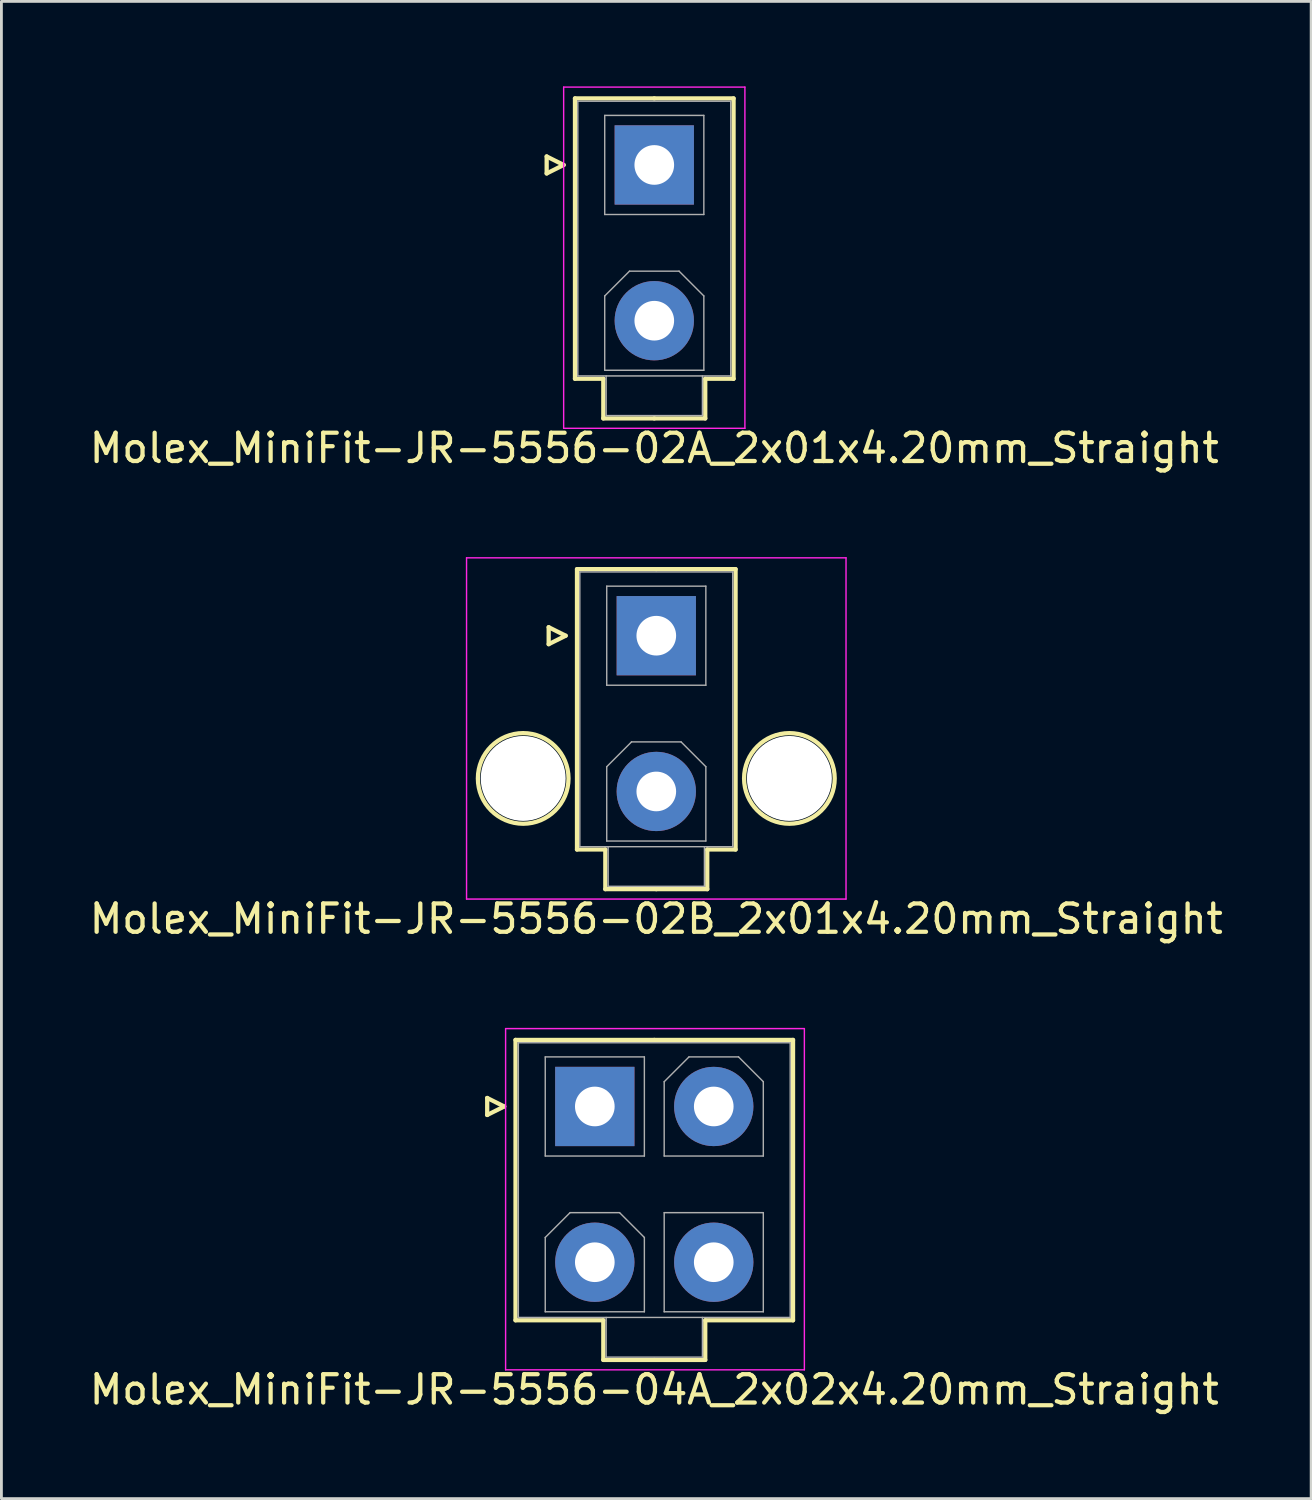
<source format=kicad_pcb>
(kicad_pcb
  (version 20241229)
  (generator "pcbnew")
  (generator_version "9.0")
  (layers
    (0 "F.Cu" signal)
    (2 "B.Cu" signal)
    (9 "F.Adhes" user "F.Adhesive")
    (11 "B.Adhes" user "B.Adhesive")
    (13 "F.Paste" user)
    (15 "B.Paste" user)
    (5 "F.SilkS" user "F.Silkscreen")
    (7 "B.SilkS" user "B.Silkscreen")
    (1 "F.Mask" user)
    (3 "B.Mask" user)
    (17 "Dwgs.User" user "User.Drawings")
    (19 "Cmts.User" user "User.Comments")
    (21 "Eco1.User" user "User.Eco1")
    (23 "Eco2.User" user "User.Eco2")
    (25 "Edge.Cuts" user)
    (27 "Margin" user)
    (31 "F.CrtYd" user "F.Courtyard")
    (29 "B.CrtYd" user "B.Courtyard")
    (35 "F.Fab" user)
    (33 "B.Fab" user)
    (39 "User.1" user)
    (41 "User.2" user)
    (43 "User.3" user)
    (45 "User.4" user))
  (footprint "Molex_MiniFit-JR-5556-04A_2x02x4.20mm_Straight"
    (layer "F.Cu")
    (at 17.954 36.022)
    (property "Reference" "Molex_MiniFit-JR-5556-04A_2x02x4.20mm_Straight" (at 2.1 10 0) (layer "F.SilkS") (effects (font (size 1 1) (thickness 0.15))))
    (attr through_hole)
    (fp_line (start -3.8 -0.3) (end -3.2 0) (stroke (width 0.15) (type solid)) (layer "F.SilkS"))
    (fp_line (start -3.8 0.3) (end -3.8 -0.3) (stroke (width 0.15) (type solid)) (layer "F.SilkS"))
    (fp_line (start -3.2 0) (end -3.8 0.3) (stroke (width 0.15) (type solid)) (layer "F.SilkS"))
    (fp_line (start -2.8 -2.35) (end -2.8 7.55) (stroke (width 0.15) (type solid)) (layer "F.SilkS"))
    (fp_line (start -2.8 7.55) (end 0.3 7.55) (stroke (width 0.15) (type solid)) (layer "F.SilkS"))
    (fp_line (start 0.3 7.55) (end 0.3 8.95) (stroke (width 0.15) (type solid)) (layer "F.SilkS"))
    (fp_line (start 0.3 8.95) (end 2.1 8.95) (stroke (width 0.15) (type solid)) (layer "F.SilkS"))
    (fp_line (start 2.1 -2.35) (end -2.8 -2.35) (stroke (width 0.15) (type solid)) (layer "F.SilkS"))
    (fp_line (start 2.1 -2.35) (end 7 -2.35) (stroke (width 0.15) (type solid)) (layer "F.SilkS"))
    (fp_line (start 3.9 7.55) (end 3.9 8.95) (stroke (width 0.15) (type solid)) (layer "F.SilkS"))
    (fp_line (start 3.9 8.95) (end 2.1 8.95) (stroke (width 0.15) (type solid)) (layer "F.SilkS"))
    (fp_line (start 7 -2.35) (end 7 7.55) (stroke (width 0.15) (type solid)) (layer "F.SilkS"))
    (fp_line (start 7 7.55) (end 3.9 7.55) (stroke (width 0.15) (type solid)) (layer "F.SilkS"))
    (fp_line (start -3.15 -2.75) (end -3.15 9.3) (stroke (width 0.05) (type solid)) (layer "F.CrtYd"))
    (fp_line (start -3.15 9.3) (end 7.4 9.3) (stroke (width 0.05) (type solid)) (layer "F.CrtYd"))
    (fp_line (start 7.4 -2.75) (end -3.15 -2.75) (stroke (width 0.05) (type solid)) (layer "F.CrtYd"))
    (fp_line (start 7.4 9.3) (end 7.4 -2.75) (stroke (width 0.05) (type solid)) (layer "F.CrtYd"))
    (fp_line (start -2.7 -2.25) (end -2.7 7.45) (stroke (width 0.05) (type solid)) (layer "F.Fab"))
    (fp_line (start -2.7 7.45) (end 6.9 7.45) (stroke (width 0.05) (type solid)) (layer "F.Fab"))
    (fp_line (start -1.75 -1.75) (end -1.75 1.75) (stroke (width 0.05) (type solid)) (layer "F.Fab"))
    (fp_line (start -1.75 1.75) (end 1.75 1.75) (stroke (width 0.05) (type solid)) (layer "F.Fab"))
    (fp_line (start -1.75 4.625) (end -0.875 3.75) (stroke (width 0.05) (type solid)) (layer "F.Fab"))
    (fp_line (start -1.75 7.25) (end -1.75 4.625) (stroke (width 0.05) (type solid)) (layer "F.Fab"))
    (fp_line (start -0.875 3.75) (end 0.875 3.75) (stroke (width 0.05) (type solid)) (layer "F.Fab"))
    (fp_line (start 0.4 7.45) (end 0.4 8.85) (stroke (width 0.05) (type solid)) (layer "F.Fab"))
    (fp_line (start 0.4 8.85) (end 3.8 8.85) (stroke (width 0.05) (type solid)) (layer "F.Fab"))
    (fp_line (start 0.875 3.75) (end 1.75 4.625) (stroke (width 0.05) (type solid)) (layer "F.Fab"))
    (fp_line (start 1.75 -1.75) (end -1.75 -1.75) (stroke (width 0.05) (type solid)) (layer "F.Fab"))
    (fp_line (start 1.75 1.75) (end 1.75 -1.75) (stroke (width 0.05) (type solid)) (layer "F.Fab"))
    (fp_line (start 1.75 4.625) (end 1.75 7.25) (stroke (width 0.05) (type solid)) (layer "F.Fab"))
    (fp_line (start 1.75 7.25) (end -1.75 7.25) (stroke (width 0.05) (type solid)) (layer "F.Fab"))
    (fp_line (start 2.45 -0.875) (end 3.325 -1.75) (stroke (width 0.05) (type solid)) (layer "F.Fab"))
    (fp_line (start 2.45 1.75) (end 2.45 -0.875) (stroke (width 0.05) (type solid)) (layer "F.Fab"))
    (fp_line (start 2.45 3.75) (end 2.45 7.25) (stroke (width 0.05) (type solid)) (layer "F.Fab"))
    (fp_line (start 2.45 7.25) (end 5.95 7.25) (stroke (width 0.05) (type solid)) (layer "F.Fab"))
    (fp_line (start 3.325 -1.75) (end 5.075 -1.75) (stroke (width 0.05) (type solid)) (layer "F.Fab"))
    (fp_line (start 3.8 8.85) (end 3.8 7.45) (stroke (width 0.05) (type solid)) (layer "F.Fab"))
    (fp_line (start 5.075 -1.75) (end 5.95 -0.875) (stroke (width 0.05) (type solid)) (layer "F.Fab"))
    (fp_line (start 5.95 -0.875) (end 5.95 1.75) (stroke (width 0.05) (type solid)) (layer "F.Fab"))
    (fp_line (start 5.95 1.75) (end 2.45 1.75) (stroke (width 0.05) (type solid)) (layer "F.Fab"))
    (fp_line (start 5.95 3.75) (end 2.45 3.75) (stroke (width 0.05) (type solid)) (layer "F.Fab"))
    (fp_line (start 5.95 7.25) (end 5.95 3.75) (stroke (width 0.05) (type solid)) (layer "F.Fab"))
    (fp_line (start 6.9 -2.25) (end -2.7 -2.25) (stroke (width 0.05) (type solid)) (layer "F.Fab"))
    (fp_line (start 6.9 7.45) (end 6.9 -2.25) (stroke (width 0.05) (type solid)) (layer "F.Fab"))
    (pad "1" thru_hole rect (at 0 0) (size 2.8 2.8) (drill 1.4) (layers "*.Cu" "*.Mask"))
    (pad "2" thru_hole circle (at 4.2 0) (size 2.8 2.8) (drill 1.4) (layers "*.Cu" "*.Mask"))
    (pad "3" thru_hole circle (at 0 5.5) (size 2.8 2.8) (drill 1.4) (layers "*.Cu" "*.Mask"))
    (pad "4" thru_hole circle (at 4.2 5.5) (size 2.8 2.8) (drill 1.4) (layers "*.Cu" "*.Mask")))
  (footprint "Molex_MiniFit-JR-5556-02B_2x01x4.20mm_Straight"
    (layer "F.Cu")
    (at 20.125 19.398)
    (property "Reference" "Molex_MiniFit-JR-5556-02B_2x01x4.20mm_Straight" (at 0 10 0) (layer "F.SilkS") (effects (font (size 1 1) (thickness 0.15))))
    (attr through_hole)
    (fp_line (start -3.8 -0.3) (end -3.2 0) (stroke (width 0.15) (type solid)) (layer "F.SilkS"))
    (fp_line (start -3.8 0.3) (end -3.8 -0.3) (stroke (width 0.15) (type solid)) (layer "F.SilkS"))
    (fp_line (start -3.2 0) (end -3.8 0.3) (stroke (width 0.15) (type solid)) (layer "F.SilkS"))
    (fp_line (start -2.8 -2.35) (end -2.8 7.55) (stroke (width 0.15) (type solid)) (layer "F.SilkS"))
    (fp_line (start -2.8 7.55) (end -1.8 7.55) (stroke (width 0.15) (type solid)) (layer "F.SilkS"))
    (fp_line (start -1.8 7.55) (end -1.8 8.95) (stroke (width 0.15) (type solid)) (layer "F.SilkS"))
    (fp_line (start -1.8 8.95) (end 0 8.95) (stroke (width 0.15) (type solid)) (layer "F.SilkS"))
    (fp_line (start 0 -2.35) (end -2.8 -2.35) (stroke (width 0.15) (type solid)) (layer "F.SilkS"))
    (fp_line (start 0 -2.35) (end 2.8 -2.35) (stroke (width 0.15) (type solid)) (layer "F.SilkS"))
    (fp_line (start 1.8 7.55) (end 1.8 8.95) (stroke (width 0.15) (type solid)) (layer "F.SilkS"))
    (fp_line (start 1.8 8.95) (end 0 8.95) (stroke (width 0.15) (type solid)) (layer "F.SilkS"))
    (fp_line (start 2.8 -2.35) (end 2.8 7.55) (stroke (width 0.15) (type solid)) (layer "F.SilkS"))
    (fp_line (start 2.8 7.55) (end 1.8 7.55) (stroke (width 0.15) (type solid)) (layer "F.SilkS"))
    (fp_circle (center -4.7 5.04) (end -3.1 5.04) (stroke (width 0.15) (type solid)) (fill no) (layer "F.SilkS"))
    (fp_circle (center 4.7 5.04) (end 6.3 5.04) (stroke (width 0.15) (type solid)) (fill no) (layer "F.SilkS"))
    (fp_line (start -6.7 -2.75) (end -6.7 9.3) (stroke (width 0.05) (type solid)) (layer "F.CrtYd"))
    (fp_line (start -6.7 9.3) (end 6.7 9.3) (stroke (width 0.05) (type solid)) (layer "F.CrtYd"))
    (fp_line (start 6.7 -2.75) (end -6.7 -2.75) (stroke (width 0.05) (type solid)) (layer "F.CrtYd"))
    (fp_line (start 6.7 9.3) (end 6.7 -2.75) (stroke (width 0.05) (type solid)) (layer "F.CrtYd"))
    (fp_line (start -2.7 -2.25) (end -2.7 7.45) (stroke (width 0.05) (type solid)) (layer "F.Fab"))
    (fp_line (start -2.7 7.45) (end 2.7 7.45) (stroke (width 0.05) (type solid)) (layer "F.Fab"))
    (fp_line (start -1.75 -1.75) (end -1.75 1.75) (stroke (width 0.05) (type solid)) (layer "F.Fab"))
    (fp_line (start -1.75 1.75) (end 1.75 1.75) (stroke (width 0.05) (type solid)) (layer "F.Fab"))
    (fp_line (start -1.75 4.625) (end -0.875 3.75) (stroke (width 0.05) (type solid)) (layer "F.Fab"))
    (fp_line (start -1.75 7.25) (end -1.75 4.625) (stroke (width 0.05) (type solid)) (layer "F.Fab"))
    (fp_line (start -1.7 7.45) (end -1.7 8.85) (stroke (width 0.05) (type solid)) (layer "F.Fab"))
    (fp_line (start -1.7 8.85) (end 1.7 8.85) (stroke (width 0.05) (type solid)) (layer "F.Fab"))
    (fp_line (start -0.875 3.75) (end 0.875 3.75) (stroke (width 0.05) (type solid)) (layer "F.Fab"))
    (fp_line (start 0.875 3.75) (end 1.75 4.625) (stroke (width 0.05) (type solid)) (layer "F.Fab"))
    (fp_line (start 1.7 8.85) (end 1.7 7.45) (stroke (width 0.05) (type solid)) (layer "F.Fab"))
    (fp_line (start 1.75 -1.75) (end -1.75 -1.75) (stroke (width 0.05) (type solid)) (layer "F.Fab"))
    (fp_line (start 1.75 1.75) (end 1.75 -1.75) (stroke (width 0.05) (type solid)) (layer "F.Fab"))
    (fp_line (start 1.75 4.625) (end 1.75 7.25) (stroke (width 0.05) (type solid)) (layer "F.Fab"))
    (fp_line (start 1.75 7.25) (end -1.75 7.25) (stroke (width 0.05) (type solid)) (layer "F.Fab"))
    (fp_line (start 2.7 -2.25) (end -2.7 -2.25) (stroke (width 0.05) (type solid)) (layer "F.Fab"))
    (fp_line (start 2.7 7.45) (end 2.7 -2.25) (stroke (width 0.05) (type solid)) (layer "F.Fab"))
    (pad "" np_thru_hole circle (at -4.7 5.04) (size 3 3) (drill 3) (layers "*.Cu"))
    (pad "" np_thru_hole circle (at 4.7 5.04) (size 3 3) (drill 3) (layers "*.Cu"))
    (pad "1" thru_hole rect (at 0 0) (size 2.8 2.8) (drill 1.4) (layers "*.Cu" "*.Mask"))
    (pad "2" thru_hole circle (at 0 5.5) (size 2.8 2.8) (drill 1.4) (layers "*.Cu" "*.Mask")))
  (footprint "Molex_MiniFit-JR-5556-02A_2x01x4.20mm_Straight"
    (layer "F.Cu")
    (at 20.054 2.775)
    (property "Reference" "Molex_MiniFit-JR-5556-02A_2x01x4.20mm_Straight" (at 0 10 0) (layer "F.SilkS") (effects (font (size 1 1) (thickness 0.15))))
    (attr through_hole)
    (fp_line (start -3.8 -0.3) (end -3.2 0) (stroke (width 0.15) (type solid)) (layer "F.SilkS"))
    (fp_line (start -3.8 0.3) (end -3.8 -0.3) (stroke (width 0.15) (type solid)) (layer "F.SilkS"))
    (fp_line (start -3.2 0) (end -3.8 0.3) (stroke (width 0.15) (type solid)) (layer "F.SilkS"))
    (fp_line (start -2.8 -2.35) (end -2.8 7.55) (stroke (width 0.15) (type solid)) (layer "F.SilkS"))
    (fp_line (start -2.8 7.55) (end -1.8 7.55) (stroke (width 0.15) (type solid)) (layer "F.SilkS"))
    (fp_line (start -1.8 7.55) (end -1.8 8.95) (stroke (width 0.15) (type solid)) (layer "F.SilkS"))
    (fp_line (start -1.8 8.95) (end 0 8.95) (stroke (width 0.15) (type solid)) (layer "F.SilkS"))
    (fp_line (start 0 -2.35) (end -2.8 -2.35) (stroke (width 0.15) (type solid)) (layer "F.SilkS"))
    (fp_line (start 0 -2.35) (end 2.8 -2.35) (stroke (width 0.15) (type solid)) (layer "F.SilkS"))
    (fp_line (start 1.8 7.55) (end 1.8 8.95) (stroke (width 0.15) (type solid)) (layer "F.SilkS"))
    (fp_line (start 1.8 8.95) (end 0 8.95) (stroke (width 0.15) (type solid)) (layer "F.SilkS"))
    (fp_line (start 2.8 -2.35) (end 2.8 7.55) (stroke (width 0.15) (type solid)) (layer "F.SilkS"))
    (fp_line (start 2.8 7.55) (end 1.8 7.55) (stroke (width 0.15) (type solid)) (layer "F.SilkS"))
    (fp_line (start -3.2 -2.75) (end -3.2 9.3) (stroke (width 0.05) (type solid)) (layer "F.CrtYd"))
    (fp_line (start -3.2 9.3) (end 3.2 9.3) (stroke (width 0.05) (type solid)) (layer "F.CrtYd"))
    (fp_line (start 3.2 -2.75) (end -3.2 -2.75) (stroke (width 0.05) (type solid)) (layer "F.CrtYd"))
    (fp_line (start 3.2 9.3) (end 3.2 -2.75) (stroke (width 0.05) (type solid)) (layer "F.CrtYd"))
    (fp_line (start -2.7 -2.25) (end -2.7 7.45) (stroke (width 0.05) (type solid)) (layer "F.Fab"))
    (fp_line (start -2.7 7.45) (end 2.7 7.45) (stroke (width 0.05) (type solid)) (layer "F.Fab"))
    (fp_line (start -1.75 -1.75) (end -1.75 1.75) (stroke (width 0.05) (type solid)) (layer "F.Fab"))
    (fp_line (start -1.75 1.75) (end 1.75 1.75) (stroke (width 0.05) (type solid)) (layer "F.Fab"))
    (fp_line (start -1.75 4.625) (end -0.875 3.75) (stroke (width 0.05) (type solid)) (layer "F.Fab"))
    (fp_line (start -1.75 7.25) (end -1.75 4.625) (stroke (width 0.05) (type solid)) (layer "F.Fab"))
    (fp_line (start -1.7 7.45) (end -1.7 8.85) (stroke (width 0.05) (type solid)) (layer "F.Fab"))
    (fp_line (start -1.7 8.85) (end 1.7 8.85) (stroke (width 0.05) (type solid)) (layer "F.Fab"))
    (fp_line (start -0.875 3.75) (end 0.875 3.75) (stroke (width 0.05) (type solid)) (layer "F.Fab"))
    (fp_line (start 0.875 3.75) (end 1.75 4.625) (stroke (width 0.05) (type solid)) (layer "F.Fab"))
    (fp_line (start 1.7 8.85) (end 1.7 7.45) (stroke (width 0.05) (type solid)) (layer "F.Fab"))
    (fp_line (start 1.75 -1.75) (end -1.75 -1.75) (stroke (width 0.05) (type solid)) (layer "F.Fab"))
    (fp_line (start 1.75 1.75) (end 1.75 -1.75) (stroke (width 0.05) (type solid)) (layer "F.Fab"))
    (fp_line (start 1.75 4.625) (end 1.75 7.25) (stroke (width 0.05) (type solid)) (layer "F.Fab"))
    (fp_line (start 1.75 7.25) (end -1.75 7.25) (stroke (width 0.05) (type solid)) (layer "F.Fab"))
    (fp_line (start 2.7 -2.25) (end -2.7 -2.25) (stroke (width 0.05) (type solid)) (layer "F.Fab"))
    (fp_line (start 2.7 7.45) (end 2.7 -2.25) (stroke (width 0.05) (type solid)) (layer "F.Fab"))
    (pad "1" thru_hole rect (at 0 0) (size 2.8 2.8) (drill 1.4) (layers "*.Cu" "*.Mask"))
    (pad "2" thru_hole circle (at 0 5.5) (size 2.8 2.8) (drill 1.4) (layers "*.Cu" "*.Mask")))
  (gr_rect
    (start -3 -3)
    (end 43.25 49.87)
    (stroke (width 0.1) (type default))
    (fill no)
    (layer "Edge.Cuts")))
</source>
